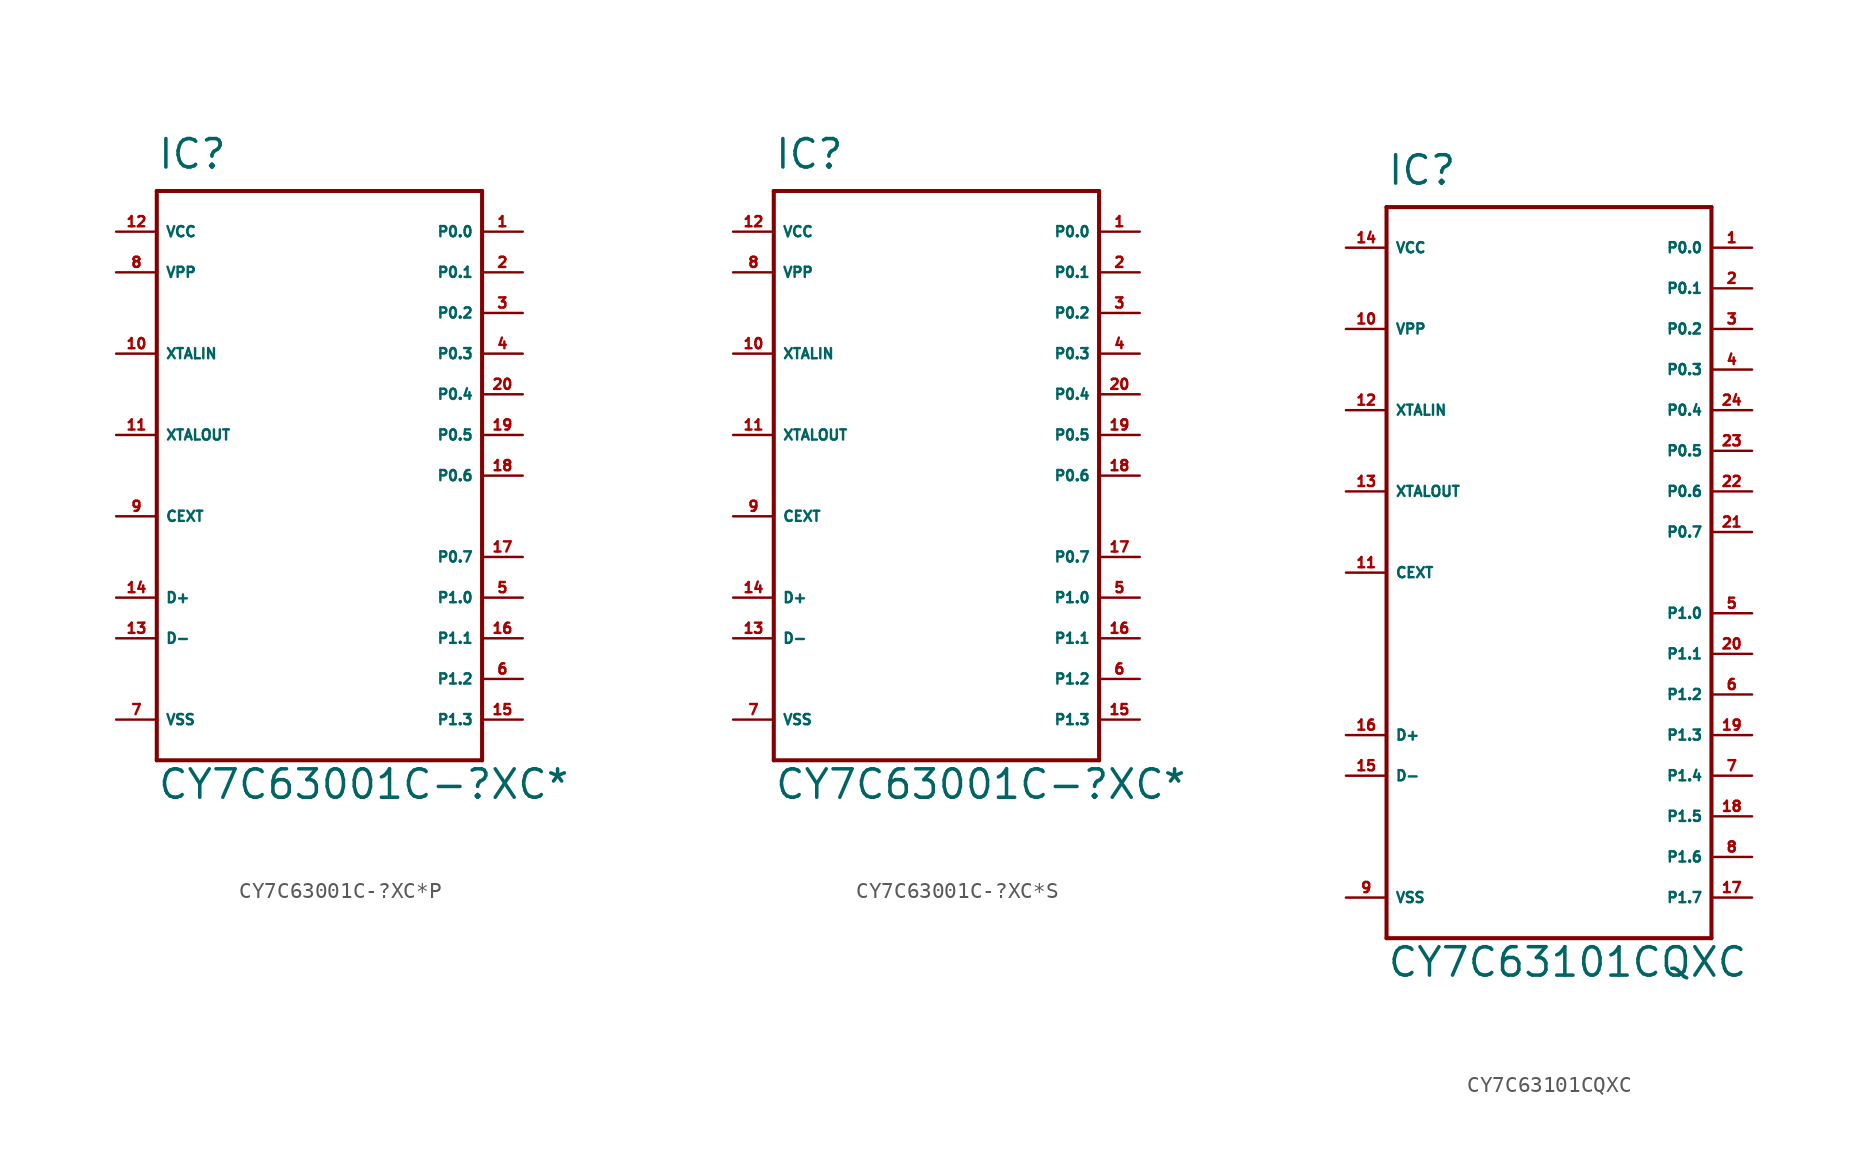
<source format=kicad_sym>
(kicad_symbol_lib
  (version 20220914)
  (generator Eagle2Kicad)
  (symbol "CY7C63001C-?XC*P"
    (property "Reference" "IC"
      (at -10.16 19.05 0)
      (effects (font (size 1.778 1.778) (thickness 0.22)) (justify left bottom)))
    (property "Value" "CY7C63001C-?XC*"
      (at -10.16 -20.32 0)
      (effects (font (size 1.778 1.778) (thickness 0.22)) (justify left bottom)))
    (polyline
      (pts (xy -10.16 17.78) (xy 10.16 17.78))
      (stroke (width 0.254) (type default))
      (fill (type none)))
    (polyline
      (pts (xy 10.16 17.78) (xy 10.16 -17.78))
      (stroke (width 0.254) (type default))
      (fill (type none)))
    (polyline
      (pts (xy 10.16 -17.78) (xy -10.16 -17.78))
      (stroke (width 0.254) (type default))
      (fill (type none)))
    (polyline
      (pts (xy -10.16 -17.78) (xy -10.16 17.78))
      (stroke (width 0.254) (type default))
      (fill (type none)))
    (pin bidirectional line
      (at 12.7 15.24 180)
      (length 2.54)
      (name "P0.0" (effects (font (size 0.635 0.635) (thickness 0.08)) (justify left bottom)))
      (number "1" (effects (font (size 0.635 0.635) (thickness 0.08)) (justify left bottom))))
    (pin bidirectional line
      (at 12.7 12.7 180)
      (length 2.54)
      (name "P0.1" (effects (font (size 0.635 0.635) (thickness 0.08)) (justify left bottom)))
      (number "2" (effects (font (size 0.635 0.635) (thickness 0.08)) (justify left bottom))))
    (pin bidirectional line
      (at 12.7 10.16 180)
      (length 2.54)
      (name "P0.2" (effects (font (size 0.635 0.635) (thickness 0.08)) (justify left bottom)))
      (number "3" (effects (font (size 0.635 0.635) (thickness 0.08)) (justify left bottom))))
    (pin bidirectional line
      (at 12.7 7.62 180)
      (length 2.54)
      (name "P0.3" (effects (font (size 0.635 0.635) (thickness 0.08)) (justify left bottom)))
      (number "4" (effects (font (size 0.635 0.635) (thickness 0.08)) (justify left bottom))))
    (pin bidirectional line
      (at 12.7 5.08 180)
      (length 2.54)
      (name "P0.4" (effects (font (size 0.635 0.635) (thickness 0.08)) (justify left bottom)))
      (number "20" (effects (font (size 0.635 0.635) (thickness 0.08)) (justify left bottom))))
    (pin bidirectional line
      (at 12.7 2.54 180)
      (length 2.54)
      (name "P0.5" (effects (font (size 0.635 0.635) (thickness 0.08)) (justify left bottom)))
      (number "19" (effects (font (size 0.635 0.635) (thickness 0.08)) (justify left bottom))))
    (pin bidirectional line
      (at 12.7 0 180)
      (length 2.54)
      (name "P0.6" (effects (font (size 0.635 0.635) (thickness 0.08)) (justify left bottom)))
      (number "18" (effects (font (size 0.635 0.635) (thickness 0.08)) (justify left bottom))))
    (pin bidirectional line
      (at 12.7 -5.08 180)
      (length 2.54)
      (name "P0.7" (effects (font (size 0.635 0.635) (thickness 0.08)) (justify left bottom)))
      (number "17" (effects (font (size 0.635 0.635) (thickness 0.08)) (justify left bottom))))
    (pin bidirectional line
      (at 12.7 -7.62 180)
      (length 2.54)
      (name "P1.0" (effects (font (size 0.635 0.635) (thickness 0.08)) (justify left bottom)))
      (number "5" (effects (font (size 0.635 0.635) (thickness 0.08)) (justify left bottom))))
    (pin bidirectional line
      (at 12.7 -10.16 180)
      (length 2.54)
      (name "P1.1" (effects (font (size 0.635 0.635) (thickness 0.08)) (justify left bottom)))
      (number "16" (effects (font (size 0.635 0.635) (thickness 0.08)) (justify left bottom))))
    (pin bidirectional line
      (at 12.7 -12.7 180)
      (length 2.54)
      (name "P1.2" (effects (font (size 0.635 0.635) (thickness 0.08)) (justify left bottom)))
      (number "6" (effects (font (size 0.635 0.635) (thickness 0.08)) (justify left bottom))))
    (pin bidirectional line
      (at 12.7 -15.24 180)
      (length 2.54)
      (name "P1.3" (effects (font (size 0.635 0.635) (thickness 0.08)) (justify left bottom)))
      (number "15" (effects (font (size 0.635 0.635) (thickness 0.08)) (justify left bottom))))
    (pin bidirectional line
      (at -12.7 -7.62 0)
      (length 2.54)
      (name "D+" (effects (font (size 0.635 0.635) (thickness 0.08)) (justify left bottom)))
      (number "14" (effects (font (size 0.635 0.635) (thickness 0.08)) (justify left bottom))))
    (pin bidirectional line
      (at -12.7 -10.16 0)
      (length 2.54)
      (name "D-" (effects (font (size 0.635 0.635) (thickness 0.08)) (justify left bottom)))
      (number "13" (effects (font (size 0.635 0.635) (thickness 0.08)) (justify left bottom))))
    (pin passive line
      (at -12.7 -2.54 0)
      (length 2.54)
      (name "CEXT" (effects (font (size 0.635 0.635) (thickness 0.08)) (justify left bottom)))
      (number "9" (effects (font (size 0.635 0.635) (thickness 0.08)) (justify left bottom))))
    (pin output line
      (at -12.7 2.54 0)
      (length 2.54)
      (name "XTALOUT" (effects (font (size 0.635 0.635) (thickness 0.08)) (justify left bottom)))
      (number "11" (effects (font (size 0.635 0.635) (thickness 0.08)) (justify left bottom))))
    (pin input line
      (at -12.7 7.62 0)
      (length 2.54)
      (name "XTALIN" (effects (font (size 0.635 0.635) (thickness 0.08)) (justify left bottom)))
      (number "10" (effects (font (size 0.635 0.635) (thickness 0.08)) (justify left bottom))))
    (pin unspecified line
      (at -12.7 -15.24 0)
      (length 2.54)
      (name "VSS" (effects (font (size 0.635 0.635) (thickness 0.08)) (justify left bottom)))
      (number "7" (effects (font (size 0.635 0.635) (thickness 0.08)) (justify left bottom))))
    (pin unspecified line
      (at -12.7 15.24 0)
      (length 2.54)
      (name "VCC" (effects (font (size 0.635 0.635) (thickness 0.08)) (justify left bottom)))
      (number "12" (effects (font (size 0.635 0.635) (thickness 0.08)) (justify left bottom))))
    (pin input line
      (at -12.7 12.7 0)
      (length 2.54)
      (name "VPP" (effects (font (size 0.635 0.635) (thickness 0.08)) (justify left bottom)))
      (number "8" (effects (font (size 0.635 0.635) (thickness 0.08)) (justify left bottom)))))
  (symbol "CY7C63001C-?XC*S"
    (property "Reference" "IC"
      (at -10.16 19.05 0)
      (effects (font (size 1.778 1.778) (thickness 0.22)) (justify left bottom)))
    (property "Value" "CY7C63001C-?XC*"
      (at -10.16 -20.32 0)
      (effects (font (size 1.778 1.778) (thickness 0.22)) (justify left bottom)))
    (polyline
      (pts (xy -10.16 17.78) (xy 10.16 17.78))
      (stroke (width 0.254) (type default))
      (fill (type none)))
    (polyline
      (pts (xy 10.16 17.78) (xy 10.16 -17.78))
      (stroke (width 0.254) (type default))
      (fill (type none)))
    (polyline
      (pts (xy 10.16 -17.78) (xy -10.16 -17.78))
      (stroke (width 0.254) (type default))
      (fill (type none)))
    (polyline
      (pts (xy -10.16 -17.78) (xy -10.16 17.78))
      (stroke (width 0.254) (type default))
      (fill (type none)))
    (pin bidirectional line
      (at 12.7 15.24 180)
      (length 2.54)
      (name "P0.0" (effects (font (size 0.635 0.635) (thickness 0.08)) (justify left bottom)))
      (number "1" (effects (font (size 0.635 0.635) (thickness 0.08)) (justify left bottom))))
    (pin bidirectional line
      (at 12.7 12.7 180)
      (length 2.54)
      (name "P0.1" (effects (font (size 0.635 0.635) (thickness 0.08)) (justify left bottom)))
      (number "2" (effects (font (size 0.635 0.635) (thickness 0.08)) (justify left bottom))))
    (pin bidirectional line
      (at 12.7 10.16 180)
      (length 2.54)
      (name "P0.2" (effects (font (size 0.635 0.635) (thickness 0.08)) (justify left bottom)))
      (number "3" (effects (font (size 0.635 0.635) (thickness 0.08)) (justify left bottom))))
    (pin bidirectional line
      (at 12.7 7.62 180)
      (length 2.54)
      (name "P0.3" (effects (font (size 0.635 0.635) (thickness 0.08)) (justify left bottom)))
      (number "4" (effects (font (size 0.635 0.635) (thickness 0.08)) (justify left bottom))))
    (pin bidirectional line
      (at 12.7 5.08 180)
      (length 2.54)
      (name "P0.4" (effects (font (size 0.635 0.635) (thickness 0.08)) (justify left bottom)))
      (number "20" (effects (font (size 0.635 0.635) (thickness 0.08)) (justify left bottom))))
    (pin bidirectional line
      (at 12.7 2.54 180)
      (length 2.54)
      (name "P0.5" (effects (font (size 0.635 0.635) (thickness 0.08)) (justify left bottom)))
      (number "19" (effects (font (size 0.635 0.635) (thickness 0.08)) (justify left bottom))))
    (pin bidirectional line
      (at 12.7 0 180)
      (length 2.54)
      (name "P0.6" (effects (font (size 0.635 0.635) (thickness 0.08)) (justify left bottom)))
      (number "18" (effects (font (size 0.635 0.635) (thickness 0.08)) (justify left bottom))))
    (pin bidirectional line
      (at 12.7 -5.08 180)
      (length 2.54)
      (name "P0.7" (effects (font (size 0.635 0.635) (thickness 0.08)) (justify left bottom)))
      (number "17" (effects (font (size 0.635 0.635) (thickness 0.08)) (justify left bottom))))
    (pin bidirectional line
      (at 12.7 -7.62 180)
      (length 2.54)
      (name "P1.0" (effects (font (size 0.635 0.635) (thickness 0.08)) (justify left bottom)))
      (number "5" (effects (font (size 0.635 0.635) (thickness 0.08)) (justify left bottom))))
    (pin bidirectional line
      (at 12.7 -10.16 180)
      (length 2.54)
      (name "P1.1" (effects (font (size 0.635 0.635) (thickness 0.08)) (justify left bottom)))
      (number "16" (effects (font (size 0.635 0.635) (thickness 0.08)) (justify left bottom))))
    (pin bidirectional line
      (at 12.7 -12.7 180)
      (length 2.54)
      (name "P1.2" (effects (font (size 0.635 0.635) (thickness 0.08)) (justify left bottom)))
      (number "6" (effects (font (size 0.635 0.635) (thickness 0.08)) (justify left bottom))))
    (pin bidirectional line
      (at 12.7 -15.24 180)
      (length 2.54)
      (name "P1.3" (effects (font (size 0.635 0.635) (thickness 0.08)) (justify left bottom)))
      (number "15" (effects (font (size 0.635 0.635) (thickness 0.08)) (justify left bottom))))
    (pin bidirectional line
      (at -12.7 -7.62 0)
      (length 2.54)
      (name "D+" (effects (font (size 0.635 0.635) (thickness 0.08)) (justify left bottom)))
      (number "14" (effects (font (size 0.635 0.635) (thickness 0.08)) (justify left bottom))))
    (pin bidirectional line
      (at -12.7 -10.16 0)
      (length 2.54)
      (name "D-" (effects (font (size 0.635 0.635) (thickness 0.08)) (justify left bottom)))
      (number "13" (effects (font (size 0.635 0.635) (thickness 0.08)) (justify left bottom))))
    (pin passive line
      (at -12.7 -2.54 0)
      (length 2.54)
      (name "CEXT" (effects (font (size 0.635 0.635) (thickness 0.08)) (justify left bottom)))
      (number "9" (effects (font (size 0.635 0.635) (thickness 0.08)) (justify left bottom))))
    (pin output line
      (at -12.7 2.54 0)
      (length 2.54)
      (name "XTALOUT" (effects (font (size 0.635 0.635) (thickness 0.08)) (justify left bottom)))
      (number "11" (effects (font (size 0.635 0.635) (thickness 0.08)) (justify left bottom))))
    (pin input line
      (at -12.7 7.62 0)
      (length 2.54)
      (name "XTALIN" (effects (font (size 0.635 0.635) (thickness 0.08)) (justify left bottom)))
      (number "10" (effects (font (size 0.635 0.635) (thickness 0.08)) (justify left bottom))))
    (pin unspecified line
      (at -12.7 -15.24 0)
      (length 2.54)
      (name "VSS" (effects (font (size 0.635 0.635) (thickness 0.08)) (justify left bottom)))
      (number "7" (effects (font (size 0.635 0.635) (thickness 0.08)) (justify left bottom))))
    (pin unspecified line
      (at -12.7 15.24 0)
      (length 2.54)
      (name "VCC" (effects (font (size 0.635 0.635) (thickness 0.08)) (justify left bottom)))
      (number "12" (effects (font (size 0.635 0.635) (thickness 0.08)) (justify left bottom))))
    (pin input line
      (at -12.7 12.7 0)
      (length 2.54)
      (name "VPP" (effects (font (size 0.635 0.635) (thickness 0.08)) (justify left bottom)))
      (number "8" (effects (font (size 0.635 0.635) (thickness 0.08)) (justify left bottom)))))
  (symbol "CY7C63101CQXC"
    (property "Reference" "IC"
      (at -10.16 24.13 0)
      (effects (font (size 1.778 1.778) (thickness 0.22)) (justify left bottom)))
    (property "Value" "CY7C63101CQXC"
      (at -10.16 -25.4 0)
      (effects (font (size 1.778 1.778) (thickness 0.22)) (justify left bottom)))
    (polyline
      (pts (xy -10.16 22.86) (xy 10.16 22.86))
      (stroke (width 0.254) (type default))
      (fill (type none)))
    (polyline
      (pts (xy 10.16 22.86) (xy 10.16 -22.86))
      (stroke (width 0.254) (type default))
      (fill (type none)))
    (polyline
      (pts (xy 10.16 -22.86) (xy -10.16 -22.86))
      (stroke (width 0.254) (type default))
      (fill (type none)))
    (polyline
      (pts (xy -10.16 -22.86) (xy -10.16 22.86))
      (stroke (width 0.254) (type default))
      (fill (type none)))
    (pin bidirectional line
      (at 12.7 20.32 180)
      (length 2.54)
      (name "P0.0" (effects (font (size 0.635 0.635) (thickness 0.08)) (justify left bottom)))
      (number "1" (effects (font (size 0.635 0.635) (thickness 0.08)) (justify left bottom))))
    (pin bidirectional line
      (at 12.7 17.78 180)
      (length 2.54)
      (name "P0.1" (effects (font (size 0.635 0.635) (thickness 0.08)) (justify left bottom)))
      (number "2" (effects (font (size 0.635 0.635) (thickness 0.08)) (justify left bottom))))
    (pin bidirectional line
      (at 12.7 15.24 180)
      (length 2.54)
      (name "P0.2" (effects (font (size 0.635 0.635) (thickness 0.08)) (justify left bottom)))
      (number "3" (effects (font (size 0.635 0.635) (thickness 0.08)) (justify left bottom))))
    (pin bidirectional line
      (at 12.7 12.7 180)
      (length 2.54)
      (name "P0.3" (effects (font (size 0.635 0.635) (thickness 0.08)) (justify left bottom)))
      (number "4" (effects (font (size 0.635 0.635) (thickness 0.08)) (justify left bottom))))
    (pin bidirectional line
      (at 12.7 10.16 180)
      (length 2.54)
      (name "P0.4" (effects (font (size 0.635 0.635) (thickness 0.08)) (justify left bottom)))
      (number "24" (effects (font (size 0.635 0.635) (thickness 0.08)) (justify left bottom))))
    (pin bidirectional line
      (at 12.7 7.62 180)
      (length 2.54)
      (name "P0.5" (effects (font (size 0.635 0.635) (thickness 0.08)) (justify left bottom)))
      (number "23" (effects (font (size 0.635 0.635) (thickness 0.08)) (justify left bottom))))
    (pin bidirectional line
      (at 12.7 5.08 180)
      (length 2.54)
      (name "P0.6" (effects (font (size 0.635 0.635) (thickness 0.08)) (justify left bottom)))
      (number "22" (effects (font (size 0.635 0.635) (thickness 0.08)) (justify left bottom))))
    (pin bidirectional line
      (at 12.7 2.54 180)
      (length 2.54)
      (name "P0.7" (effects (font (size 0.635 0.635) (thickness 0.08)) (justify left bottom)))
      (number "21" (effects (font (size 0.635 0.635) (thickness 0.08)) (justify left bottom))))
    (pin bidirectional line
      (at 12.7 -2.54 180)
      (length 2.54)
      (name "P1.0" (effects (font (size 0.635 0.635) (thickness 0.08)) (justify left bottom)))
      (number "5" (effects (font (size 0.635 0.635) (thickness 0.08)) (justify left bottom))))
    (pin bidirectional line
      (at 12.7 -5.08 180)
      (length 2.54)
      (name "P1.1" (effects (font (size 0.635 0.635) (thickness 0.08)) (justify left bottom)))
      (number "20" (effects (font (size 0.635 0.635) (thickness 0.08)) (justify left bottom))))
    (pin bidirectional line
      (at 12.7 -7.62 180)
      (length 2.54)
      (name "P1.2" (effects (font (size 0.635 0.635) (thickness 0.08)) (justify left bottom)))
      (number "6" (effects (font (size 0.635 0.635) (thickness 0.08)) (justify left bottom))))
    (pin bidirectional line
      (at 12.7 -10.16 180)
      (length 2.54)
      (name "P1.3" (effects (font (size 0.635 0.635) (thickness 0.08)) (justify left bottom)))
      (number "19" (effects (font (size 0.635 0.635) (thickness 0.08)) (justify left bottom))))
    (pin bidirectional line
      (at -12.7 -10.16 0)
      (length 2.54)
      (name "D+" (effects (font (size 0.635 0.635) (thickness 0.08)) (justify left bottom)))
      (number "16" (effects (font (size 0.635 0.635) (thickness 0.08)) (justify left bottom))))
    (pin bidirectional line
      (at -12.7 -12.7 0)
      (length 2.54)
      (name "D-" (effects (font (size 0.635 0.635) (thickness 0.08)) (justify left bottom)))
      (number "15" (effects (font (size 0.635 0.635) (thickness 0.08)) (justify left bottom))))
    (pin passive line
      (at -12.7 0 0)
      (length 2.54)
      (name "CEXT" (effects (font (size 0.635 0.635) (thickness 0.08)) (justify left bottom)))
      (number "11" (effects (font (size 0.635 0.635) (thickness 0.08)) (justify left bottom))))
    (pin output line
      (at -12.7 5.08 0)
      (length 2.54)
      (name "XTALOUT" (effects (font (size 0.635 0.635) (thickness 0.08)) (justify left bottom)))
      (number "13" (effects (font (size 0.635 0.635) (thickness 0.08)) (justify left bottom))))
    (pin input line
      (at -12.7 10.16 0)
      (length 2.54)
      (name "XTALIN" (effects (font (size 0.635 0.635) (thickness 0.08)) (justify left bottom)))
      (number "12" (effects (font (size 0.635 0.635) (thickness 0.08)) (justify left bottom))))
    (pin unspecified line
      (at -12.7 -20.32 0)
      (length 2.54)
      (name "VSS" (effects (font (size 0.635 0.635) (thickness 0.08)) (justify left bottom)))
      (number "9" (effects (font (size 0.635 0.635) (thickness 0.08)) (justify left bottom))))
    (pin unspecified line
      (at -12.7 20.32 0)
      (length 2.54)
      (name "VCC" (effects (font (size 0.635 0.635) (thickness 0.08)) (justify left bottom)))
      (number "14" (effects (font (size 0.635 0.635) (thickness 0.08)) (justify left bottom))))
    (pin input line
      (at -12.7 15.24 0)
      (length 2.54)
      (name "VPP" (effects (font (size 0.635 0.635) (thickness 0.08)) (justify left bottom)))
      (number "10" (effects (font (size 0.635 0.635) (thickness 0.08)) (justify left bottom))))
    (pin bidirectional line
      (at 12.7 -12.7 180)
      (length 2.54)
      (name "P1.4" (effects (font (size 0.635 0.635) (thickness 0.08)) (justify left bottom)))
      (number "7" (effects (font (size 0.635 0.635) (thickness 0.08)) (justify left bottom))))
    (pin bidirectional line
      (at 12.7 -15.24 180)
      (length 2.54)
      (name "P1.5" (effects (font (size 0.635 0.635) (thickness 0.08)) (justify left bottom)))
      (number "18" (effects (font (size 0.635 0.635) (thickness 0.08)) (justify left bottom))))
    (pin bidirectional line
      (at 12.7 -17.78 180)
      (length 2.54)
      (name "P1.6" (effects (font (size 0.635 0.635) (thickness 0.08)) (justify left bottom)))
      (number "8" (effects (font (size 0.635 0.635) (thickness 0.08)) (justify left bottom))))
    (pin bidirectional line
      (at 12.7 -20.32 180)
      (length 2.54)
      (name "P1.7" (effects (font (size 0.635 0.635) (thickness 0.08)) (justify left bottom)))
      (number "17" (effects (font (size 0.635 0.635) (thickness 0.08)) (justify left bottom))))))
</source>
